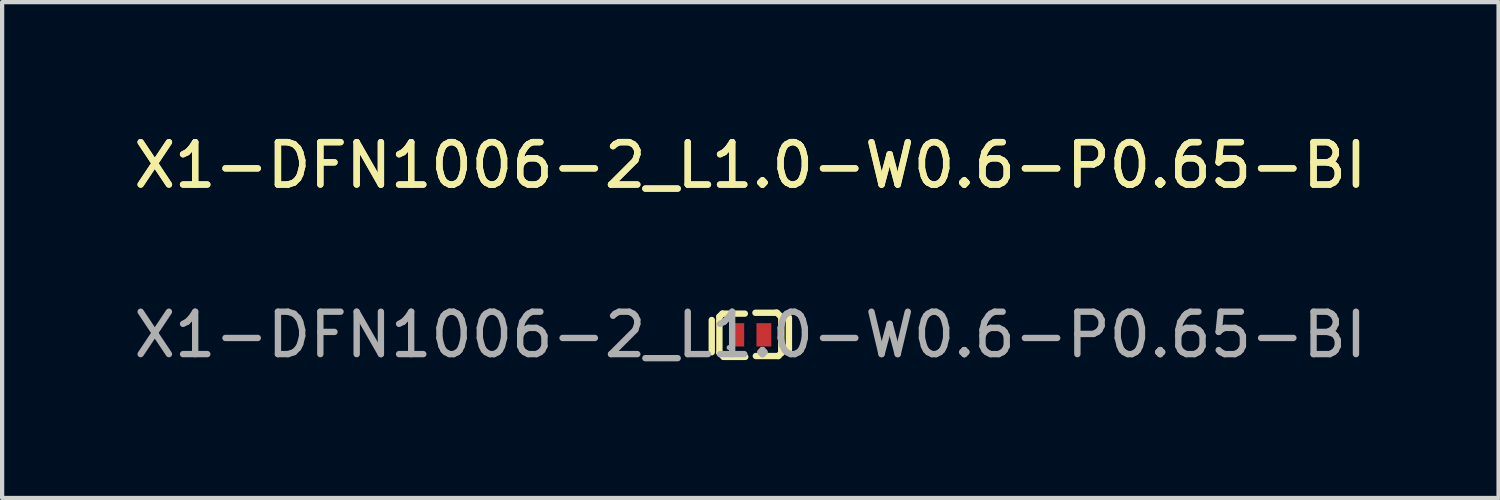
<source format=kicad_pcb>
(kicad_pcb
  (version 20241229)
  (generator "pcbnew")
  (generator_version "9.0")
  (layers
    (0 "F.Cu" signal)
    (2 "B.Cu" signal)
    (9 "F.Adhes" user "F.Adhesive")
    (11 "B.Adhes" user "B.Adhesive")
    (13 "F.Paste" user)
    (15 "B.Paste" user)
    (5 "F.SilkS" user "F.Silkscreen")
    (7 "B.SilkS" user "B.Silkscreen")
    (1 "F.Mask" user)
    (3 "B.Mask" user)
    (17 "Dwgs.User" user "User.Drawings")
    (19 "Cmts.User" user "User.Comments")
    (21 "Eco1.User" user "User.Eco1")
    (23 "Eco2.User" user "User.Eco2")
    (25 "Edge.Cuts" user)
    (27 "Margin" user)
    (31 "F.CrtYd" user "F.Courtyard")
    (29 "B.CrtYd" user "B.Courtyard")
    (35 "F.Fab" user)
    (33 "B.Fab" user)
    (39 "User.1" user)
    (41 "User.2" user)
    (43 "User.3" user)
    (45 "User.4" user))
  (footprint "X1-DFN1006-2_L1.0-W0.6-P0.65-BI"
    (layer "F.Cu")
    (at 14.649 4.848)
    (property "Reference" "X1-DFN1006-2_L1.0-W0.6-P0.65-BI" (at 0 -4 0) (layer "F.SilkS") (effects (font (size 1 1) (thickness 0.15))))
    (attr through_hole)
    (fp_line (start -0.91 0.41) (end -0.91 -0.35) (stroke (width 0.15) (type solid)) (layer "F.SilkS"))
    (fp_line (start -0.73 -0.43) (end -0.66 -0.5) (stroke (width 0.15) (type solid)) (layer "F.SilkS"))
    (fp_line (start -0.73 -0.32) (end -0.73 -0.43) (stroke (width 0.15) (type solid)) (layer "F.SilkS"))
    (fp_line (start -0.73 0.42) (end -0.73 -0.32) (stroke (width 0.15) (type solid)) (layer "F.SilkS"))
    (fp_line (start -0.66 -0.5) (end -0.13 -0.5) (stroke (width 0.15) (type solid)) (layer "F.SilkS"))
    (fp_line (start -0.63 0.52) (end -0.73 0.42) (stroke (width 0.15) (type solid)) (layer "F.SilkS"))
    (fp_line (start -0.6 0.52) (end -0.63 0.52) (stroke (width 0.15) (type solid)) (layer "F.SilkS"))
    (fp_line (start -0.12 0.52) (end -0.6 0.52) (stroke (width 0.15) (type solid)) (layer "F.SilkS"))
    (fp_line (start 0.12 -0.52) (end 0.6 -0.52) (stroke (width 0.15) (type solid)) (layer "F.SilkS"))
    (fp_line (start 0.6 -0.52) (end 0.63 -0.52) (stroke (width 0.15) (type solid)) (layer "F.SilkS"))
    (fp_line (start 0.63 -0.52) (end 0.73 -0.42) (stroke (width 0.15) (type solid)) (layer "F.SilkS"))
    (fp_line (start 0.66 0.5) (end 0.13 0.5) (stroke (width 0.15) (type solid)) (layer "F.SilkS"))
    (fp_line (start 0.73 -0.42) (end 0.73 0.32) (stroke (width 0.15) (type solid)) (layer "F.SilkS"))
    (fp_line (start 0.73 0.32) (end 0.73 0.43) (stroke (width 0.15) (type solid)) (layer "F.SilkS"))
    (fp_line (start 0.73 0.43) (end 0.66 0.5) (stroke (width 0.15) (type solid)) (layer "F.SilkS"))
    (fp_line (start 0.91 -0.41) (end 0.91 0.35) (stroke (width 0.15) (type solid)) (layer "F.SilkS"))
    (fp_circle (center -0.5 0.3) (end -0.47 0.3) (stroke (width 0.06) (type solid)) (fill no) (layer "F.Fab"))
    (fp_text user "${REFERENCE}" (at 0 -4 0) (layer "F.SilkS") (effects (font (size 1 1) (thickness 0.15))))
    (fp_text user "${REFERENCE}" (at 0 0 0) (layer "F.Fab") (effects (font (size 1 1) (thickness 0.15))))
    (pad "1" smd rect (at -0.32 0) (size 0.35 0.55) (layers "F.Cu" "F.Mask" "F.Paste"))
    (pad "2" smd rect (at 0.32 0) (size 0.35 0.55) (layers "F.Cu" "F.Mask" "F.Paste")))
  (gr_rect
    (start -3 -3)
    (end 32.298 8.697)
    (stroke (width 0.1) (type default))
    (fill no)
    (layer "Edge.Cuts")))
</source>
